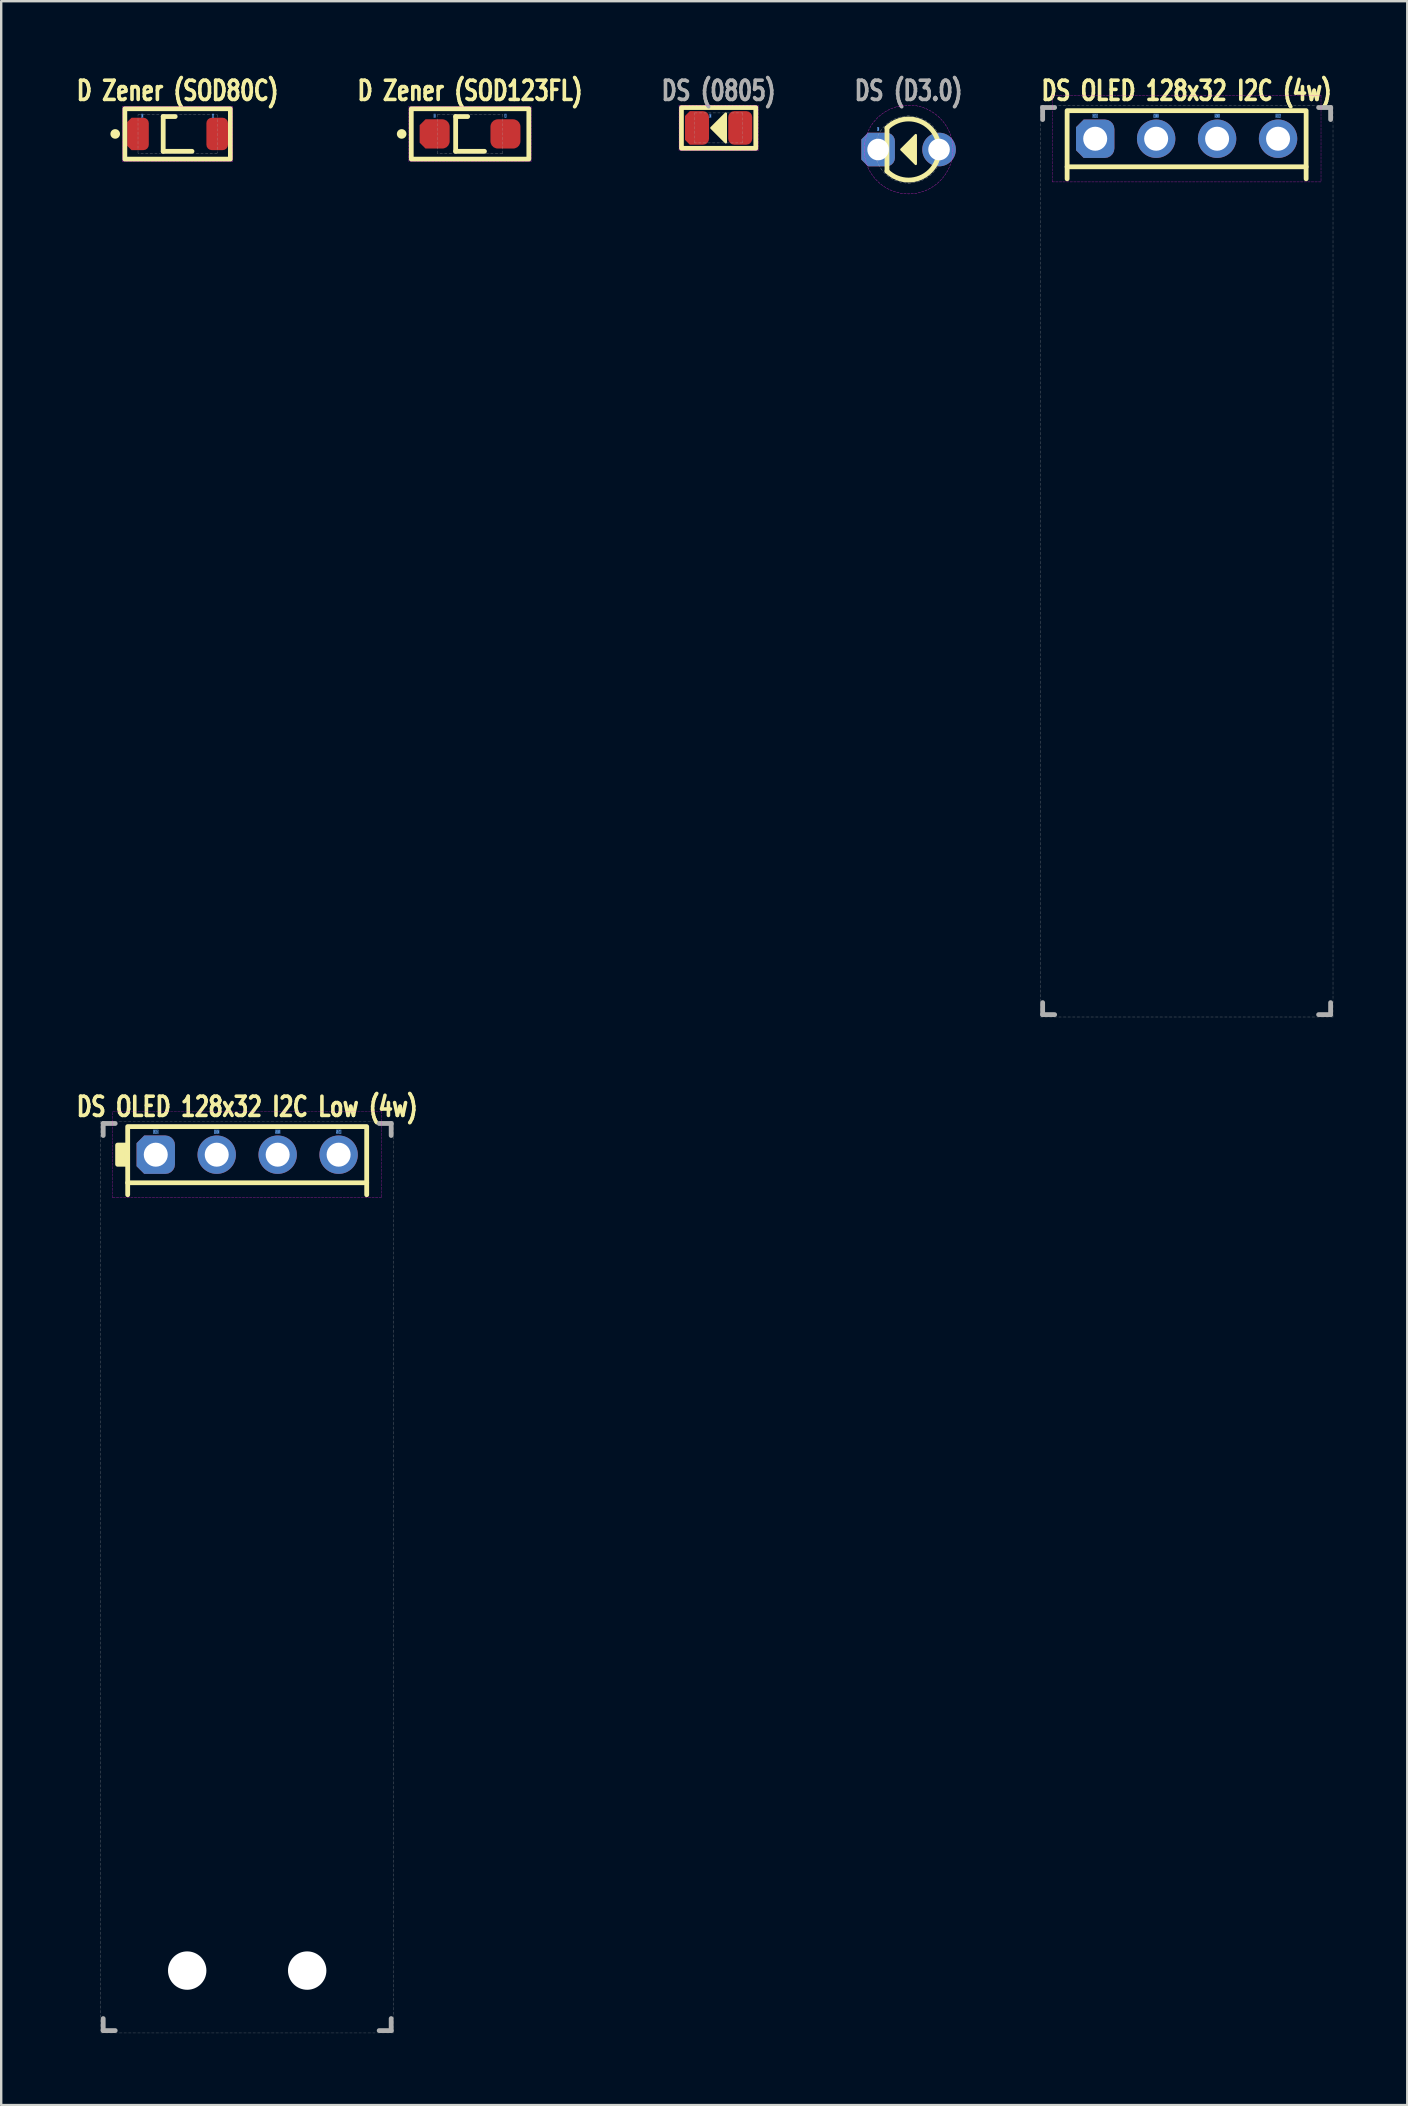
<source format=kicad_pcb>
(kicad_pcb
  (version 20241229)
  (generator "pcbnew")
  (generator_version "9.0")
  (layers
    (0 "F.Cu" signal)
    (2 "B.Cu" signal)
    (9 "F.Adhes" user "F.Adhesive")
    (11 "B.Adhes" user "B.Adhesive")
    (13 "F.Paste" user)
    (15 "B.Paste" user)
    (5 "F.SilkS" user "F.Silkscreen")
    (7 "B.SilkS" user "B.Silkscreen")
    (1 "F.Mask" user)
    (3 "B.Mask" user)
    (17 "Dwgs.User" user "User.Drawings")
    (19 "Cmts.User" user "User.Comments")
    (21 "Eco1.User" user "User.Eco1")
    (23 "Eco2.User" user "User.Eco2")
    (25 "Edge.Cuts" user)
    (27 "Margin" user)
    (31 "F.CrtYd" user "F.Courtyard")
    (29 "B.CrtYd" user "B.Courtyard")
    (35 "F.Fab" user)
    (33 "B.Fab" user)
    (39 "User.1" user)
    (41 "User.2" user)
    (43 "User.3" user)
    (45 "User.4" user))
  (footprint "DS OLED 128x32 I2C Low (4w)"
    (layer "F.Cu")
    (at 7.251 45.068)
    (property "Reference" "DS OLED 128x32 I2C Low (4w)" (at 0 -2 0) (layer "F.SilkS") (effects (font (size 0.8 0.6) (thickness 0.15) (bold yes))))
    (attr through_hole)
    (fp_line (start -4.98 1.17) (end -4.98 1.67) (stroke (width 0.2) (type default)) (layer "F.SilkS"))
    (fp_line (start 4.98 1.17) (end 4.98 1.67) (stroke (width 0.2) (type default)) (layer "F.SilkS"))
    (fp_rect (start -5.4 -0.4) (end -5 0.4) (stroke (width 0.2) (type solid)) (fill yes) (layer "F.SilkS"))
    (fp_rect (start -4.98 -1.17) (end 4.98 1.17) (stroke (width 0.2) (type default)) (fill no) (layer "F.SilkS"))
    (fp_rect (start -5.6 -1.8) (end 5.6 1.8) (stroke (width 0.01) (type dash)) (fill no) (layer "F.CrtYd"))
    (fp_line (start -6 -1.3) (end -6 -0.8) (stroke (width 0.2) (type default)) (layer "F.Fab"))
    (fp_line (start -6 -1.3) (end -5.5 -1.3) (stroke (width 0.2) (type default)) (layer "F.Fab"))
    (fp_line (start -6 36) (end -6 36.5) (stroke (width 0.2) (type default)) (layer "F.Fab"))
    (fp_line (start -6 36.5) (end -5.5 36.5) (stroke (width 0.2) (type default)) (layer "F.Fab"))
    (fp_line (start 6 -1.3) (end 5.5 -1.3) (stroke (width 0.2) (type default)) (layer "F.Fab"))
    (fp_line (start 6 -1.3) (end 6 -0.8) (stroke (width 0.2) (type default)) (layer "F.Fab"))
    (fp_line (start 6 36) (end 6 36.5) (stroke (width 0.2) (type default)) (layer "F.Fab"))
    (fp_line (start 6 36.5) (end 5.5 36.5) (stroke (width 0.2) (type default)) (layer "F.Fab"))
    (fp_rect (start -6.1 36.6) (end 6.1 -1.4) (stroke (width 0.01) (type dash_dot)) (fill no) (layer "F.Fab"))
    (fp_text user "GND" (at -3.81 -0.95 0) (layer "Cmts.User" knockout) (effects (font (size 0.13 0.07) (thickness 0.01) (bold yes))))
    (fp_text user "VCC" (at -1.27 -0.95 0) (layer "Cmts.User" knockout) (effects (font (size 0.13 0.07) (thickness 0.01) (bold yes))))
    (fp_text user "SCL" (at 1.27 -0.95 0) (layer "Cmts.User" knockout) (effects (font (size 0.13 0.07) (thickness 0.01) (bold yes))))
    (fp_text user "SDA" (at 3.81 -0.95 0) (layer "Cmts.User" knockout) (effects (font (size 0.13 0.07) (thickness 0.01) (bold yes))))
    (pad "" np_thru_hole circle (at -2.5 34) (size 1.6 1.6) (drill 1.6) (layers "*.Cu" "*.Mask"))
    (pad "" np_thru_hole circle (at 2.5 34) (size 1.6 1.6) (drill 1.6) (layers "*.Cu" "*.Mask"))
    (pad "1" thru_hole roundrect (at -3.81 0) (size 1.6 1.6) (drill 1) (layers "*.Cu" "*.Mask") (roundrect_rratio 0.25) (chamfer_ratio 0.2) (chamfer top_left bottom_left))
    (pad "2" thru_hole circle (at -1.27 0) (size 1.6 1.6) (drill 1) (layers "*.Cu" "*.Mask"))
    (pad "3" thru_hole circle (at 1.27 0) (size 1.6 1.6) (drill 1) (layers "*.Cu" "*.Mask"))
    (pad "4" thru_hole circle (at 3.81 0) (size 1.6 1.6) (drill 1) (layers "*.Cu" "*.Mask")))
  (footprint "D Zener (SOD80C)"
    (layer "F.Cu")
    (at 4.351 2.531)
    (property "Reference" "D Zener (SOD80C)" (at 0 -1.8 0) (layer "F.SilkS") (effects (font (size 0.8 0.6) (thickness 0.15) (bold yes))))
    (attr smd)
    (fp_line (start -0.6 -0.725) (end -0.6 0.725) (stroke (width 0.2) (type default)) (layer "F.SilkS"))
    (fp_line (start -0.6 -0.725) (end -0.1 -0.725) (stroke (width 0.2) (type default)) (layer "F.SilkS"))
    (fp_line (start -0.6 0.725) (end 0.6 0.725) (stroke (width 0.2) (type default)) (layer "F.SilkS"))
    (fp_rect (start -2.2 -1.05) (end 2.2 1.05) (stroke (width 0.2) (type default)) (fill no) (layer "F.SilkS"))
    (fp_circle (center -2.6 0) (end -2.45 0) (stroke (width 0.1) (type solid)) (fill yes) (layer "F.SilkS"))
    (fp_rect (start -2.3 -1.15) (end 2.3 1.15) (stroke (width 0.01) (type dash)) (fill no) (layer "F.CrtYd"))
    (fp_rect (start -1.65 -0.8) (end 1.65 0.8) (stroke (width 0.01) (type dash_dot)) (fill no) (layer "F.Fab"))
    (fp_text user "C" (at -1.475 -0.75 0) (layer "Cmts.User" knockout) (effects (font (size 0.13 0.07) (thickness 0.01) (bold yes))))
    (fp_text user "A" (at 1.475 -0.75 0) (layer "Cmts.User" knockout) (effects (font (size 0.13 0.07) (thickness 0.01) (bold yes))))
    (pad "1" smd roundrect (at -1.65 0) (size 0.9 1.35) (layers "F.Cu" "F.Mask" "F.Paste") (roundrect_rratio 0.25) (chamfer_ratio 0.2) (chamfer top_left bottom_left))
    (pad "2" smd roundrect (at 1.65 0) (size 0.9 1.35) (layers "F.Cu" "F.Mask" "F.Paste") (roundrect_rratio 0.25)))
  (footprint "DS (0805)"
    (layer "F.Cu")
    (at 26.896 2.281)
    (property "Reference" "DS (0805)" (at 0 -1.55 0) (layer "F.Fab") (effects (font (size 0.8 0.6) (thickness 0.15) (bold yes))))
    (attr smd)
    (fp_rect (start -1.55 -0.85) (end 1.55 0.85) (stroke (width 0.2) (type default)) (fill no) (layer "F.SilkS"))
    (fp_poly (pts (xy -0.3 0) (xy 0.3 -0.6) (xy 0.3 0.6)) (stroke (width 0.1) (type solid)) (fill yes) (layer "F.SilkS"))
    (fp_rect (start -1.65 -0.95) (end 1.65 0.95) (stroke (width 0.01) (type dash)) (fill no) (layer "F.CrtYd"))
    (fp_rect (start -1 -0.625) (end 1 0.625) (stroke (width 0.01) (type dash_dot)) (fill no) (layer "F.Fab"))
    (fp_text user "C" (at -0.35 -0.5 0) (layer "Cmts.User" knockout) (effects (font (size 0.13 0.07) (thickness 0.01) (bold yes))))
    (pad "1" smd roundrect (at -0.9 0) (size 1 1.4) (layers "F.Cu" "F.Mask" "F.Paste") (roundrect_rratio 0.25) (chamfer_ratio 0.2) (chamfer top_left bottom_left))
    (pad "2" smd roundrect (at 0.9 0) (size 1 1.4) (layers "F.Cu" "F.Mask" "F.Paste") (roundrect_rratio 0.25)))
  (footprint "D Zener (SOD123FL)"
    (layer "F.Cu")
    (at 16.538 2.531)
    (property "Reference" "D Zener (SOD123FL)" (at 0 -1.8 0) (layer "F.SilkS") (effects (font (size 0.8 0.6) (thickness 0.15) (bold yes))))
    (attr smd)
    (fp_line (start -0.6 -0.725) (end -0.6 0.725) (stroke (width 0.2) (type default)) (layer "F.SilkS"))
    (fp_line (start -0.6 -0.725) (end -0.1 -0.725) (stroke (width 0.2) (type default)) (layer "F.SilkS"))
    (fp_line (start -0.6 0.725) (end 0.6 0.725) (stroke (width 0.2) (type default)) (layer "F.SilkS"))
    (fp_rect (start -2.45 -1.05) (end 2.45 1.05) (stroke (width 0.2) (type default)) (fill no) (layer "F.SilkS"))
    (fp_circle (center -2.85 0) (end -2.7 0) (stroke (width 0.1) (type solid)) (fill yes) (layer "F.SilkS"))
    (fp_rect (start -2.55 -1.15) (end 2.55 1.15) (stroke (width 0.01) (type dash)) (fill no) (layer "F.CrtYd"))
    (fp_rect (start -1.35 -0.825) (end 1.35 0.825) (stroke (width 0.01) (type dash_dot)) (fill no) (layer "F.Fab"))
    (fp_text user "C" (at -1.475 -0.75 0) (layer "Cmts.User" knockout) (effects (font (size 0.13 0.07) (thickness 0.01) (bold yes))))
    (fp_text user "A" (at 1.475 -0.75 0) (layer "Cmts.User" knockout) (effects (font (size 0.13 0.07) (thickness 0.01) (bold yes))))
    (pad "1" smd roundrect (at -1.475 0) (size 1.25 1.22) (layers "F.Cu" "F.Mask" "F.Paste") (roundrect_rratio 0.25) (chamfer_ratio 0.2) (chamfer top_left bottom_left))
    (pad "2" smd roundrect (at 1.475 0) (size 1.25 1.22) (layers "F.Cu" "F.Mask" "F.Paste") (roundrect_rratio 0.25)))
  (footprint "DS OLED 128x32 I2C (4w)"
    (layer "F.Cu")
    (at 46.399 2.731)
    (property "Reference" "DS OLED 128x32 I2C (4w)" (at 0 -2 0) (layer "F.SilkS") (effects (font (size 0.8 0.6) (thickness 0.15) (bold yes))))
    (attr through_hole)
    (fp_line (start -4.98 1.17) (end -4.98 1.67) (stroke (width 0.2) (type default)) (layer "F.SilkS"))
    (fp_line (start 4.98 1.17) (end 4.98 1.67) (stroke (width 0.2) (type default)) (layer "F.SilkS"))
    (fp_rect (start -4.98 -1.17) (end 4.98 1.17) (stroke (width 0.2) (type default)) (fill no) (layer "F.SilkS"))
    (fp_rect (start -5.6 -1.8) (end 5.6 1.8) (stroke (width 0.01) (type dash)) (fill no) (layer "F.CrtYd"))
    (fp_line (start -6 -1.3) (end -6 -0.8) (stroke (width 0.2) (type default)) (layer "F.Fab"))
    (fp_line (start -6 -1.3) (end -5.5 -1.3) (stroke (width 0.2) (type default)) (layer "F.Fab"))
    (fp_line (start -6 36) (end -6 36.5) (stroke (width 0.2) (type default)) (layer "F.Fab"))
    (fp_line (start -6 36.5) (end -5.5 36.5) (stroke (width 0.2) (type default)) (layer "F.Fab"))
    (fp_line (start 6 -1.3) (end 5.5 -1.3) (stroke (width 0.2) (type default)) (layer "F.Fab"))
    (fp_line (start 6 -1.3) (end 6 -0.8) (stroke (width 0.2) (type default)) (layer "F.Fab"))
    (fp_line (start 6 36) (end 6 36.5) (stroke (width 0.2) (type default)) (layer "F.Fab"))
    (fp_line (start 6 36.5) (end 5.5 36.5) (stroke (width 0.2) (type default)) (layer "F.Fab"))
    (fp_rect (start -6.1 36.6) (end 6.1 -1.4) (stroke (width 0.01) (type dash_dot)) (fill no) (layer "F.Fab"))
    (fp_text user "GND" (at -3.81 -0.95 0) (layer "Cmts.User" knockout) (effects (font (size 0.13 0.07) (thickness 0.01) (bold yes))))
    (fp_text user "SCL" (at 1.27 -0.95 0) (layer "Cmts.User" knockout) (effects (font (size 0.13 0.07) (thickness 0.01) (bold yes))))
    (fp_text user "VCC" (at -1.27 -0.95 0) (layer "Cmts.User" knockout) (effects (font (size 0.13 0.07) (thickness 0.01) (bold yes))))
    (fp_text user "SDA" (at 3.81 -0.95 0) (layer "Cmts.User" knockout) (effects (font (size 0.13 0.07) (thickness 0.01) (bold yes))))
    (pad "1" thru_hole roundrect (at -3.81 0) (size 1.6 1.6) (drill 1) (layers "*.Cu" "*.Mask") (roundrect_rratio 0.25) (chamfer_ratio 0.2) (chamfer top_left bottom_left))
    (pad "2" thru_hole circle (at -1.27 0) (size 1.6 1.6) (drill 1) (layers "*.Cu" "*.Mask"))
    (pad "3" thru_hole circle (at 1.27 0) (size 1.6 1.6) (drill 1) (layers "*.Cu" "*.Mask"))
    (pad "4" thru_hole circle (at 3.81 0) (size 1.6 1.6) (drill 1) (layers "*.Cu" "*.Mask")))
  (footprint "DS (D3.0)"
    (layer "F.Cu")
    (at 34.812 3.181)
    (property "Reference" "DS (D3.0)" (at 0 -2.45 0) (layer "F.Fab") (effects (font (size 0.8 0.6) (thickness 0.15) (bold yes))))
    (attr through_hole)
    (fp_line (start -0.9 -0.9) (end -0.9 0.9) (stroke (width 0.2) (type default)) (layer "F.SilkS"))
    (fp_arc (start -0.9 -0.9) (mid 1.272792 0) (end -0.9 0.9) (stroke (width 0.2) (type default)) (layer "F.SilkS"))
    (fp_poly (pts (xy -0.3 0) (xy 0.3 -0.6) (xy 0.3 0.6)) (stroke (width 0.1) (type solid)) (fill yes) (layer "F.SilkS"))
    (fp_circle (center 0 0) (end 1.85 0) (stroke (width 0.01) (type dash)) (fill no) (layer "F.CrtYd"))
    (fp_circle (center 0 0) (end 1.4 0) (stroke (width 0.01) (type dash_dot)) (fill no) (layer "F.Fab"))
    (fp_text user "C" (at -1.27 -0.85 0) (layer "Cmts.User" knockout) (effects (font (size 0.13 0.07) (thickness 0.01) (bold yes))))
    (pad "1" thru_hole roundrect (at -1.27 0) (size 1.4 1.4) (drill 0.9) (layers "*.Cu" "*.Mask") (roundrect_rratio 0.25) (chamfer_ratio 0.2) (chamfer top_left bottom_left))
    (pad "2" thru_hole circle (at 1.27 0) (size 1.4 1.4) (drill 0.9) (layers "*.Cu" "*.Mask")))
  (gr_rect
    (start -3 -3)
    (end 55.593 84.672)
    (stroke (width 0.1) (type default))
    (fill no)
    (layer "Edge.Cuts")))
</source>
